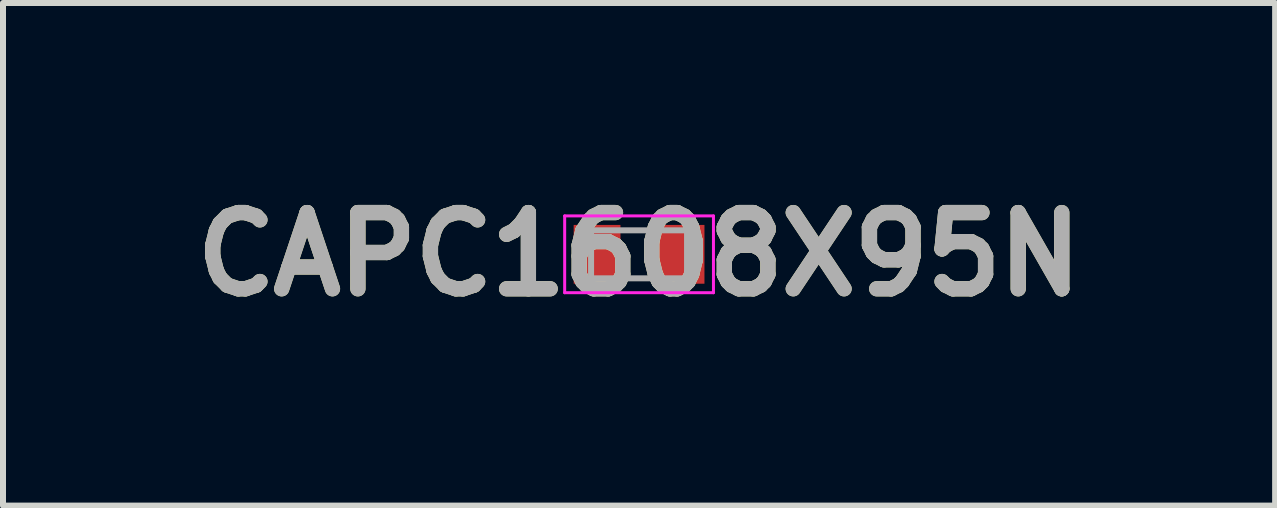
<source format=kicad_pcb>
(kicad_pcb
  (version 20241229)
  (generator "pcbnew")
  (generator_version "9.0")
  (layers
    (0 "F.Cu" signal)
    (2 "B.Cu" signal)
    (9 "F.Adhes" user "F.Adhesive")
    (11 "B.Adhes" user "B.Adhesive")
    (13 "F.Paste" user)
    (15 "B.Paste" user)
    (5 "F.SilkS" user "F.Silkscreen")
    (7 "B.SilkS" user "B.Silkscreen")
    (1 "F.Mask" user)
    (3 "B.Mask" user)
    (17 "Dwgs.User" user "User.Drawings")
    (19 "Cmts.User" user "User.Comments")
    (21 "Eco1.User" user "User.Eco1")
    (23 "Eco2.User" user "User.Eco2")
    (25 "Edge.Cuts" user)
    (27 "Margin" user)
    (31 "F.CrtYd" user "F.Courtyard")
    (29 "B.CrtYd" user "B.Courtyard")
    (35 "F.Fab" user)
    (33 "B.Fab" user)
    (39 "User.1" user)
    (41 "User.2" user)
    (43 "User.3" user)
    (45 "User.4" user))
  (footprint "CAPC1608X95N"
    (layer "F.Cu")
    (at 7.602 1.189)
    (property "Reference" "CAPC1608X95N" (at 0 0 0) (layer "F.SilkS") (effects (font (size 1.27 1.27) (thickness 0.254))))
    (attr smd)
    (fp_line (start -1.24 -0.64) (end 1.24 -0.64) (stroke (width 0.05) (type solid)) (layer "F.CrtYd"))
    (fp_line (start -1.24 0.64) (end -1.24 -0.64) (stroke (width 0.05) (type solid)) (layer "F.CrtYd"))
    (fp_line (start 1.24 -0.64) (end 1.24 0.64) (stroke (width 0.05) (type solid)) (layer "F.CrtYd"))
    (fp_line (start 1.24 0.64) (end -1.24 0.64) (stroke (width 0.05) (type solid)) (layer "F.CrtYd"))
    (fp_line (start -0.8 -0.4) (end 0.8 -0.4) (stroke (width 0.1) (type solid)) (layer "F.Fab"))
    (fp_line (start -0.8 0.4) (end -0.8 -0.4) (stroke (width 0.1) (type solid)) (layer "F.Fab"))
    (fp_line (start 0.8 -0.4) (end 0.8 0.4) (stroke (width 0.1) (type solid)) (layer "F.Fab"))
    (fp_line (start 0.8 0.4) (end -0.8 0.4) (stroke (width 0.1) (type solid)) (layer "F.Fab"))
    (fp_text user "${REFERENCE}" (at 0 0 0) (layer "F.Fab") (effects (font (size 1.27 1.27) (thickness 0.254))))
    (pad "1" smd rect (at -0.7 0) (size 0.78 0.98) (layers "F.Cu" "F.Mask" "F.Paste"))
    (pad "2" smd rect (at 0.7 0) (size 0.78 0.98) (layers "F.Cu" "F.Mask" "F.Paste")))
  (gr_rect
    (start -3 -3)
    (end 18.204 5.377)
    (stroke (width 0.1) (type default))
    (fill no)
    (layer "Edge.Cuts")))
</source>
